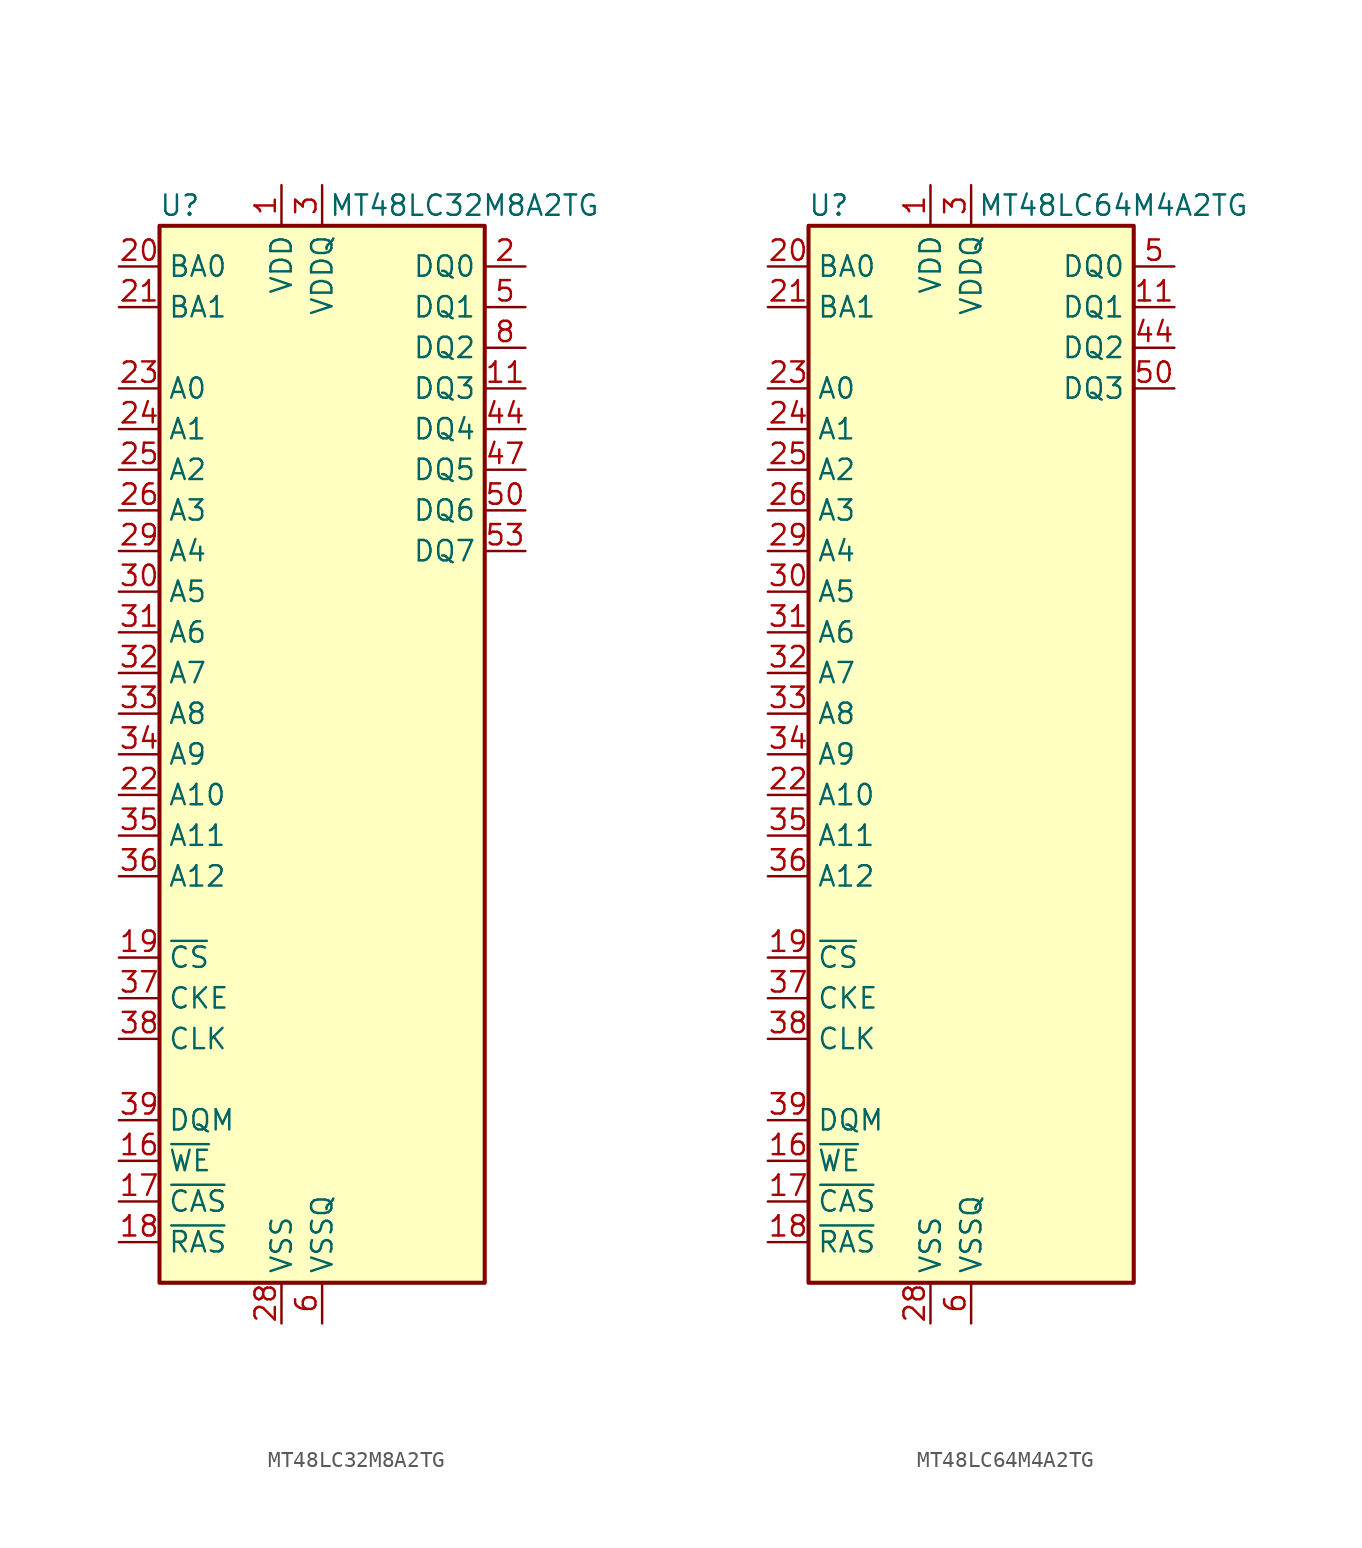
<source format=kicad_sym>
(kicad_symbol_lib
  (version 20211014)
  (generator kicad_symbol_editor)
  (symbol "MT48LC32M8A2TG"
    (property "Reference" "U"
      (at -8.89 34.29 0)
      (effects (font (size 1.27 1.27))))
    (property "Value" "MT48LC32M8A2TG"
      (at 8.89 34.29 0)
      (effects (font (size 1.27 1.27))))
    (symbol "MT48LC32M8A2TG_0_1"
      (rectangle (start -10.16 33.02) (end 10.16 -33.02) (stroke (width 0.254) (type default) (color 0 0 0 0)) (fill (type background))))
    (symbol "MT48LC32M8A2TG_1_1"
      (pin power_in line (at -2.54 35.56 270) (length 2.54) (name "VDD" (effects (font (size 1.27 1.27)))) (number "1" (effects (font (size 1.27 1.27)))))
      (pin no_connect line (at 10.16 2.54 180) (length 2.54) hide (name "NC" (effects (font (size 1.27 1.27)))) (number "10" (effects (font (size 1.27 1.27)))))
      (pin bidirectional line (at 12.7 22.86 180) (length 2.54) (name "DQ3" (effects (font (size 1.27 1.27)))) (number "11" (effects (font (size 1.27 1.27)))))
      (pin passive line (at 0 -35.56 90) (length 2.54) hide (name "VSSQ" (effects (font (size 1.27 1.27)))) (number "12" (effects (font (size 1.27 1.27)))))
      (pin no_connect line (at 10.16 7.62 180) (length 2.54) hide (name "NC" (effects (font (size 1.27 1.27)))) (number "13" (effects (font (size 1.27 1.27)))))
      (pin passive line (at -2.54 35.56 270) (length 2.54) hide (name "VDD" (effects (font (size 1.27 1.27)))) (number "14" (effects (font (size 1.27 1.27)))))
      (pin no_connect line (at -10.16 -20.32 0) (length 2.54) hide (name "NC" (effects (font (size 1.27 1.27)))) (number "15" (effects (font (size 1.27 1.27)))))
      (pin input line (at -12.7 -25.4 0) (length 2.54) (name "~{WE}" (effects (font (size 1.27 1.27)))) (number "16" (effects (font (size 1.27 1.27)))))
      (pin input line (at -12.7 -27.94 0) (length 2.54) (name "~{CAS}" (effects (font (size 1.27 1.27)))) (number "17" (effects (font (size 1.27 1.27)))))
      (pin input line (at -12.7 -30.48 0) (length 2.54) (name "~{RAS}" (effects (font (size 1.27 1.27)))) (number "18" (effects (font (size 1.27 1.27)))))
      (pin input line (at -12.7 -12.7 0) (length 2.54) (name "~{CS}" (effects (font (size 1.27 1.27)))) (number "19" (effects (font (size 1.27 1.27)))))
      (pin bidirectional line (at 12.7 30.48 180) (length 2.54) (name "DQ0" (effects (font (size 1.27 1.27)))) (number "2" (effects (font (size 1.27 1.27)))))
      (pin input line (at -12.7 30.48 0) (length 2.54) (name "BA0" (effects (font (size 1.27 1.27)))) (number "20" (effects (font (size 1.27 1.27)))))
      (pin input line (at -12.7 27.94 0) (length 2.54) (name "BA1" (effects (font (size 1.27 1.27)))) (number "21" (effects (font (size 1.27 1.27)))))
      (pin input line (at -12.7 -2.54 0) (length 2.54) (name "A10" (effects (font (size 1.27 1.27)))) (number "22" (effects (font (size 1.27 1.27)))))
      (pin input line (at -12.7 22.86 0) (length 2.54) (name "A0" (effects (font (size 1.27 1.27)))) (number "23" (effects (font (size 1.27 1.27)))))
      (pin input line (at -12.7 20.32 0) (length 2.54) (name "A1" (effects (font (size 1.27 1.27)))) (number "24" (effects (font (size 1.27 1.27)))))
      (pin input line (at -12.7 17.78 0) (length 2.54) (name "A2" (effects (font (size 1.27 1.27)))) (number "25" (effects (font (size 1.27 1.27)))))
      (pin input line (at -12.7 15.24 0) (length 2.54) (name "A3" (effects (font (size 1.27 1.27)))) (number "26" (effects (font (size 1.27 1.27)))))
      (pin passive line (at -2.54 35.56 270) (length 2.54) hide (name "VDD" (effects (font (size 1.27 1.27)))) (number "27" (effects (font (size 1.27 1.27)))))
      (pin power_in line (at -2.54 -35.56 90) (length 2.54) (name "VSS" (effects (font (size 1.27 1.27)))) (number "28" (effects (font (size 1.27 1.27)))))
      (pin input line (at -12.7 12.7 0) (length 2.54) (name "A4" (effects (font (size 1.27 1.27)))) (number "29" (effects (font (size 1.27 1.27)))))
      (pin power_in line (at 0 35.56 270) (length 2.54) (name "VDDQ" (effects (font (size 1.27 1.27)))) (number "3" (effects (font (size 1.27 1.27)))))
      (pin input line (at -12.7 10.16 0) (length 2.54) (name "A5" (effects (font (size 1.27 1.27)))) (number "30" (effects (font (size 1.27 1.27)))))
      (pin input line (at -12.7 7.62 0) (length 2.54) (name "A6" (effects (font (size 1.27 1.27)))) (number "31" (effects (font (size 1.27 1.27)))))
      (pin input line (at -12.7 5.08 0) (length 2.54) (name "A7" (effects (font (size 1.27 1.27)))) (number "32" (effects (font (size 1.27 1.27)))))
      (pin input line (at -12.7 2.54 0) (length 2.54) (name "A8" (effects (font (size 1.27 1.27)))) (number "33" (effects (font (size 1.27 1.27)))))
      (pin input line (at -12.7 0 0) (length 2.54) (name "A9" (effects (font (size 1.27 1.27)))) (number "34" (effects (font (size 1.27 1.27)))))
      (pin input line (at -12.7 -5.08 0) (length 2.54) (name "A11" (effects (font (size 1.27 1.27)))) (number "35" (effects (font (size 1.27 1.27)))))
      (pin input line (at -12.7 -7.62 0) (length 2.54) (name "A12" (effects (font (size 1.27 1.27)))) (number "36" (effects (font (size 1.27 1.27)))))
      (pin input line (at -12.7 -15.24 0) (length 2.54) (name "CKE" (effects (font (size 1.27 1.27)))) (number "37" (effects (font (size 1.27 1.27)))))
      (pin input line (at -12.7 -17.78 0) (length 2.54) (name "CLK" (effects (font (size 1.27 1.27)))) (number "38" (effects (font (size 1.27 1.27)))))
      (pin input line (at -12.7 -22.86 0) (length 2.54) (name "DQM" (effects (font (size 1.27 1.27)))) (number "39" (effects (font (size 1.27 1.27)))))
      (pin no_connect line (at 10.16 -7.62 180) (length 2.54) hide (name "NC" (effects (font (size 1.27 1.27)))) (number "4" (effects (font (size 1.27 1.27)))))
      (pin no_connect line (at 10.16 -20.32 180) (length 2.54) hide (name "NC" (effects (font (size 1.27 1.27)))) (number "40" (effects (font (size 1.27 1.27)))))
      (pin passive line (at -2.54 -35.56 90) (length 2.54) hide (name "VSS" (effects (font (size 1.27 1.27)))) (number "41" (effects (font (size 1.27 1.27)))))
      (pin no_connect line (at 10.16 10.16 180) (length 2.54) hide (name "NC" (effects (font (size 1.27 1.27)))) (number "42" (effects (font (size 1.27 1.27)))))
      (pin passive line (at 0 35.56 270) (length 2.54) hide (name "VDDQ" (effects (font (size 1.27 1.27)))) (number "43" (effects (font (size 1.27 1.27)))))
      (pin bidirectional line (at 12.7 20.32 180) (length 2.54) (name "DQ4" (effects (font (size 1.27 1.27)))) (number "44" (effects (font (size 1.27 1.27)))))
      (pin no_connect line (at 10.16 5.08 180) (length 2.54) hide (name "NC" (effects (font (size 1.27 1.27)))) (number "45" (effects (font (size 1.27 1.27)))))
      (pin passive line (at 0 -35.56 90) (length 2.54) hide (name "VSSQ" (effects (font (size 1.27 1.27)))) (number "46" (effects (font (size 1.27 1.27)))))
      (pin bidirectional line (at 12.7 17.78 180) (length 2.54) (name "DQ5" (effects (font (size 1.27 1.27)))) (number "47" (effects (font (size 1.27 1.27)))))
      (pin no_connect line (at 10.16 0 180) (length 2.54) hide (name "NC" (effects (font (size 1.27 1.27)))) (number "48" (effects (font (size 1.27 1.27)))))
      (pin passive line (at 0 35.56 270) (length 2.54) hide (name "VDDQ" (effects (font (size 1.27 1.27)))) (number "49" (effects (font (size 1.27 1.27)))))
      (pin bidirectional line (at 12.7 27.94 180) (length 2.54) (name "DQ1" (effects (font (size 1.27 1.27)))) (number "5" (effects (font (size 1.27 1.27)))))
      (pin bidirectional line (at 12.7 15.24 180) (length 2.54) (name "DQ6" (effects (font (size 1.27 1.27)))) (number "50" (effects (font (size 1.27 1.27)))))
      (pin no_connect line (at 10.16 -5.08 180) (length 2.54) hide (name "NC" (effects (font (size 1.27 1.27)))) (number "51" (effects (font (size 1.27 1.27)))))
      (pin passive line (at 0 -35.56 90) (length 2.54) hide (name "VSSQ" (effects (font (size 1.27 1.27)))) (number "52" (effects (font (size 1.27 1.27)))))
      (pin bidirectional line (at 12.7 12.7 180) (length 2.54) (name "DQ7" (effects (font (size 1.27 1.27)))) (number "53" (effects (font (size 1.27 1.27)))))
      (pin passive line (at -2.54 -35.56 90) (length 2.54) hide (name "VSS" (effects (font (size 1.27 1.27)))) (number "54" (effects (font (size 1.27 1.27)))))
      (pin power_in line (at 0 -35.56 90) (length 2.54) (name "VSSQ" (effects (font (size 1.27 1.27)))) (number "6" (effects (font (size 1.27 1.27)))))
      (pin no_connect line (at 10.16 -2.54 180) (length 2.54) hide (name "NC" (effects (font (size 1.27 1.27)))) (number "7" (effects (font (size 1.27 1.27)))))
      (pin bidirectional line (at 12.7 25.4 180) (length 2.54) (name "DQ2" (effects (font (size 1.27 1.27)))) (number "8" (effects (font (size 1.27 1.27)))))
      (pin passive line (at 0 35.56 270) (length 2.54) hide (name "VDDQ" (effects (font (size 1.27 1.27)))) (number "9" (effects (font (size 1.27 1.27)))))))
  (symbol "MT48LC64M4A2TG"
    (property "Reference" "U"
      (at -8.89 34.29 0)
      (effects (font (size 1.27 1.27))))
    (property "Value" "MT48LC64M4A2TG"
      (at 8.89 34.29 0)
      (effects (font (size 1.27 1.27))))
    (symbol "MT48LC64M4A2TG_0_1"
      (rectangle (start -10.16 33.02) (end 10.16 -33.02) (stroke (width 0.254) (type default) (color 0 0 0 0)) (fill (type background))))
    (symbol "MT48LC64M4A2TG_1_1"
      (pin power_in line (at -2.54 35.56 270) (length 2.54) (name "VDD" (effects (font (size 1.27 1.27)))) (number "1" (effects (font (size 1.27 1.27)))))
      (pin no_connect line (at 10.16 2.54 180) (length 2.54) hide (name "NC" (effects (font (size 1.27 1.27)))) (number "10" (effects (font (size 1.27 1.27)))))
      (pin bidirectional line (at 12.7 27.94 180) (length 2.54) (name "DQ1" (effects (font (size 1.27 1.27)))) (number "11" (effects (font (size 1.27 1.27)))))
      (pin passive line (at 0 -35.56 90) (length 2.54) hide (name "VSSQ" (effects (font (size 1.27 1.27)))) (number "12" (effects (font (size 1.27 1.27)))))
      (pin no_connect line (at 10.16 7.62 180) (length 2.54) hide (name "NC" (effects (font (size 1.27 1.27)))) (number "13" (effects (font (size 1.27 1.27)))))
      (pin passive line (at -2.54 35.56 270) (length 2.54) hide (name "VDD" (effects (font (size 1.27 1.27)))) (number "14" (effects (font (size 1.27 1.27)))))
      (pin no_connect line (at -10.16 -20.32 0) (length 2.54) hide (name "NC" (effects (font (size 1.27 1.27)))) (number "15" (effects (font (size 1.27 1.27)))))
      (pin input line (at -12.7 -25.4 0) (length 2.54) (name "~{WE}" (effects (font (size 1.27 1.27)))) (number "16" (effects (font (size 1.27 1.27)))))
      (pin input line (at -12.7 -27.94 0) (length 2.54) (name "~{CAS}" (effects (font (size 1.27 1.27)))) (number "17" (effects (font (size 1.27 1.27)))))
      (pin input line (at -12.7 -30.48 0) (length 2.54) (name "~{RAS}" (effects (font (size 1.27 1.27)))) (number "18" (effects (font (size 1.27 1.27)))))
      (pin input line (at -12.7 -12.7 0) (length 2.54) (name "~{CS}" (effects (font (size 1.27 1.27)))) (number "19" (effects (font (size 1.27 1.27)))))
      (pin no_connect line (at 10.16 12.7 180) (length 2.54) hide (name "NC" (effects (font (size 1.27 1.27)))) (number "2" (effects (font (size 1.27 1.27)))))
      (pin input line (at -12.7 30.48 0) (length 2.54) (name "BA0" (effects (font (size 1.27 1.27)))) (number "20" (effects (font (size 1.27 1.27)))))
      (pin input line (at -12.7 27.94 0) (length 2.54) (name "BA1" (effects (font (size 1.27 1.27)))) (number "21" (effects (font (size 1.27 1.27)))))
      (pin input line (at -12.7 -2.54 0) (length 2.54) (name "A10" (effects (font (size 1.27 1.27)))) (number "22" (effects (font (size 1.27 1.27)))))
      (pin input line (at -12.7 22.86 0) (length 2.54) (name "A0" (effects (font (size 1.27 1.27)))) (number "23" (effects (font (size 1.27 1.27)))))
      (pin input line (at -12.7 20.32 0) (length 2.54) (name "A1" (effects (font (size 1.27 1.27)))) (number "24" (effects (font (size 1.27 1.27)))))
      (pin input line (at -12.7 17.78 0) (length 2.54) (name "A2" (effects (font (size 1.27 1.27)))) (number "25" (effects (font (size 1.27 1.27)))))
      (pin input line (at -12.7 15.24 0) (length 2.54) (name "A3" (effects (font (size 1.27 1.27)))) (number "26" (effects (font (size 1.27 1.27)))))
      (pin passive line (at -2.54 35.56 270) (length 2.54) hide (name "VDD" (effects (font (size 1.27 1.27)))) (number "27" (effects (font (size 1.27 1.27)))))
      (pin power_in line (at -2.54 -35.56 90) (length 2.54) (name "VSS" (effects (font (size 1.27 1.27)))) (number "28" (effects (font (size 1.27 1.27)))))
      (pin input line (at -12.7 12.7 0) (length 2.54) (name "A4" (effects (font (size 1.27 1.27)))) (number "29" (effects (font (size 1.27 1.27)))))
      (pin power_in line (at 0 35.56 270) (length 2.54) (name "VDDQ" (effects (font (size 1.27 1.27)))) (number "3" (effects (font (size 1.27 1.27)))))
      (pin input line (at -12.7 10.16 0) (length 2.54) (name "A5" (effects (font (size 1.27 1.27)))) (number "30" (effects (font (size 1.27 1.27)))))
      (pin input line (at -12.7 7.62 0) (length 2.54) (name "A6" (effects (font (size 1.27 1.27)))) (number "31" (effects (font (size 1.27 1.27)))))
      (pin input line (at -12.7 5.08 0) (length 2.54) (name "A7" (effects (font (size 1.27 1.27)))) (number "32" (effects (font (size 1.27 1.27)))))
      (pin input line (at -12.7 2.54 0) (length 2.54) (name "A8" (effects (font (size 1.27 1.27)))) (number "33" (effects (font (size 1.27 1.27)))))
      (pin input line (at -12.7 0 0) (length 2.54) (name "A9" (effects (font (size 1.27 1.27)))) (number "34" (effects (font (size 1.27 1.27)))))
      (pin input line (at -12.7 -5.08 0) (length 2.54) (name "A11" (effects (font (size 1.27 1.27)))) (number "35" (effects (font (size 1.27 1.27)))))
      (pin input line (at -12.7 -7.62 0) (length 2.54) (name "A12" (effects (font (size 1.27 1.27)))) (number "36" (effects (font (size 1.27 1.27)))))
      (pin input line (at -12.7 -15.24 0) (length 2.54) (name "CKE" (effects (font (size 1.27 1.27)))) (number "37" (effects (font (size 1.27 1.27)))))
      (pin input line (at -12.7 -17.78 0) (length 2.54) (name "CLK" (effects (font (size 1.27 1.27)))) (number "38" (effects (font (size 1.27 1.27)))))
      (pin input line (at -12.7 -22.86 0) (length 2.54) (name "DQM" (effects (font (size 1.27 1.27)))) (number "39" (effects (font (size 1.27 1.27)))))
      (pin no_connect line (at 10.16 -7.62 180) (length 2.54) hide (name "NC" (effects (font (size 1.27 1.27)))) (number "4" (effects (font (size 1.27 1.27)))))
      (pin no_connect line (at 10.16 -20.32 180) (length 2.54) hide (name "NC" (effects (font (size 1.27 1.27)))) (number "40" (effects (font (size 1.27 1.27)))))
      (pin passive line (at -2.54 -35.56 90) (length 2.54) hide (name "VSS" (effects (font (size 1.27 1.27)))) (number "41" (effects (font (size 1.27 1.27)))))
      (pin no_connect line (at 10.16 10.16 180) (length 2.54) hide (name "NC" (effects (font (size 1.27 1.27)))) (number "42" (effects (font (size 1.27 1.27)))))
      (pin passive line (at 0 35.56 270) (length 2.54) hide (name "VDDQ" (effects (font (size 1.27 1.27)))) (number "43" (effects (font (size 1.27 1.27)))))
      (pin bidirectional line (at 12.7 25.4 180) (length 2.54) (name "DQ2" (effects (font (size 1.27 1.27)))) (number "44" (effects (font (size 1.27 1.27)))))
      (pin no_connect line (at 10.16 5.08 180) (length 2.54) hide (name "NC" (effects (font (size 1.27 1.27)))) (number "45" (effects (font (size 1.27 1.27)))))
      (pin passive line (at 0 -35.56 90) (length 2.54) hide (name "VSSQ" (effects (font (size 1.27 1.27)))) (number "46" (effects (font (size 1.27 1.27)))))
      (pin no_connect line (at 10.16 17.78 180) (length 2.54) hide (name "NC" (effects (font (size 1.27 1.27)))) (number "47" (effects (font (size 1.27 1.27)))))
      (pin no_connect line (at 10.16 0 180) (length 2.54) hide (name "NC" (effects (font (size 1.27 1.27)))) (number "48" (effects (font (size 1.27 1.27)))))
      (pin passive line (at 0 35.56 270) (length 2.54) hide (name "VDDQ" (effects (font (size 1.27 1.27)))) (number "49" (effects (font (size 1.27 1.27)))))
      (pin bidirectional line (at 12.7 30.48 180) (length 2.54) (name "DQ0" (effects (font (size 1.27 1.27)))) (number "5" (effects (font (size 1.27 1.27)))))
      (pin bidirectional line (at 12.7 22.86 180) (length 2.54) (name "DQ3" (effects (font (size 1.27 1.27)))) (number "50" (effects (font (size 1.27 1.27)))))
      (pin no_connect line (at 10.16 -5.08 180) (length 2.54) hide (name "NC" (effects (font (size 1.27 1.27)))) (number "51" (effects (font (size 1.27 1.27)))))
      (pin passive line (at 0 -35.56 90) (length 2.54) hide (name "VSSQ" (effects (font (size 1.27 1.27)))) (number "52" (effects (font (size 1.27 1.27)))))
      (pin no_connect line (at 10.16 20.32 180) (length 2.54) hide (name "NC" (effects (font (size 1.27 1.27)))) (number "53" (effects (font (size 1.27 1.27)))))
      (pin passive line (at -2.54 -35.56 90) (length 2.54) hide (name "VSS" (effects (font (size 1.27 1.27)))) (number "54" (effects (font (size 1.27 1.27)))))
      (pin power_in line (at 0 -35.56 90) (length 2.54) (name "VSSQ" (effects (font (size 1.27 1.27)))) (number "6" (effects (font (size 1.27 1.27)))))
      (pin no_connect line (at 10.16 -2.54 180) (length 2.54) hide (name "NC" (effects (font (size 1.27 1.27)))) (number "7" (effects (font (size 1.27 1.27)))))
      (pin no_connect line (at 10.16 15.24 180) (length 2.54) hide (name "NC" (effects (font (size 1.27 1.27)))) (number "8" (effects (font (size 1.27 1.27)))))
      (pin passive line (at 0 35.56 270) (length 2.54) hide (name "VDDQ" (effects (font (size 1.27 1.27)))) (number "9" (effects (font (size 1.27 1.27))))))))
</source>
